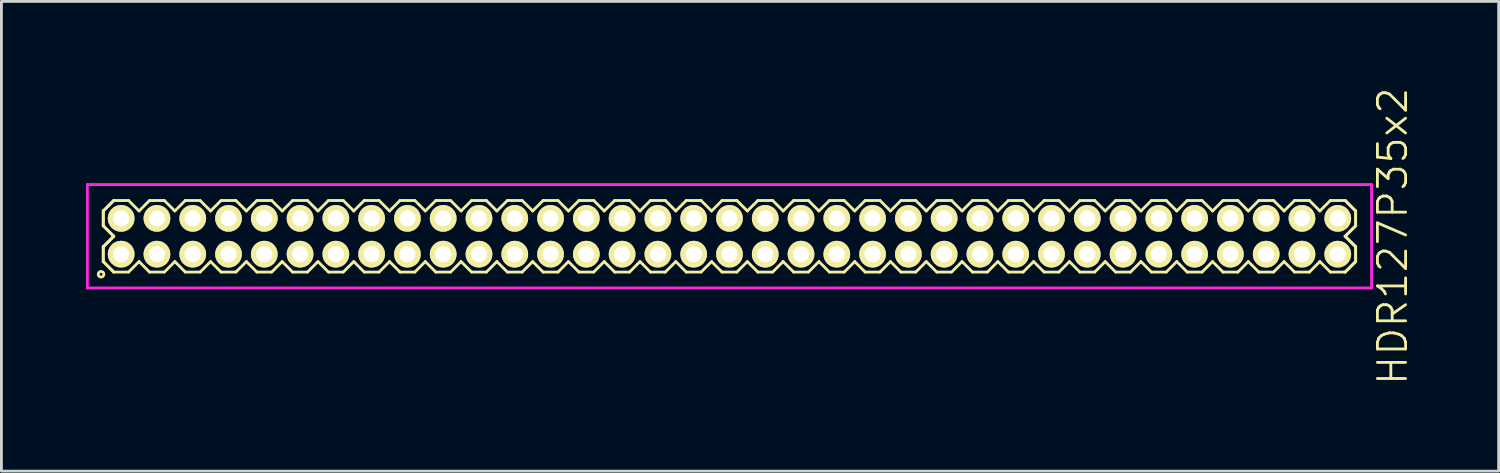
<source format=kicad_pcb>
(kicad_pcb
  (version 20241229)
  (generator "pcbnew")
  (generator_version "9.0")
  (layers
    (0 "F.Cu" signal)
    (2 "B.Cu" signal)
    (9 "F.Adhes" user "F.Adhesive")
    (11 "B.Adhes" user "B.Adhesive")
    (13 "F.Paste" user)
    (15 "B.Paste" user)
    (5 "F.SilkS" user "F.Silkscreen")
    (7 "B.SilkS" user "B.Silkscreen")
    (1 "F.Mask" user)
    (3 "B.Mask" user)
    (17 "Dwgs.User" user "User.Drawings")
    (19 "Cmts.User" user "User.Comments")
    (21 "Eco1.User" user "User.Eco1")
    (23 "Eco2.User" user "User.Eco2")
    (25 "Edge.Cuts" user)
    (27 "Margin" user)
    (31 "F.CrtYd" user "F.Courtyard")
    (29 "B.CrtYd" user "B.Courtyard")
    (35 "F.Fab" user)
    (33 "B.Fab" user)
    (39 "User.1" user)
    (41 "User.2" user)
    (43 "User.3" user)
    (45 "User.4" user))
  (footprint "HDR127P35x2"
    (layer "F.Cu")
    (at 22.84 5.336)
    (property "Reference" "HDR127P35x2" (at 23.54 0 90) (layer "F.SilkS") (effects (font (size 1 1) (thickness 0.1))))
    (attr through_hole)
    (fp_line (start -22.225 -0.898) (end -21.853 -1.27) (stroke (width 0.1) (type solid)) (layer "F.SilkS"))
    (fp_line (start -22.225 -0.898) (end -21.853 -1.27) (stroke (width 0.1) (type solid)) (layer "F.SilkS"))
    (fp_line (start -22.225 -0.372) (end -22.225 -0.898) (stroke (width 0.1) (type solid)) (layer "F.SilkS"))
    (fp_line (start -22.225 -0.372) (end -22.225 -0.898) (stroke (width 0.1) (type solid)) (layer "F.SilkS"))
    (fp_line (start -22.225 0.372) (end -21.853 0) (stroke (width 0.1) (type solid)) (layer "F.SilkS"))
    (fp_line (start -22.225 0.372) (end -21.853 0) (stroke (width 0.1) (type solid)) (layer "F.SilkS"))
    (fp_line (start -22.225 0.898) (end -22.225 0.372) (stroke (width 0.1) (type solid)) (layer "F.SilkS"))
    (fp_line (start -22.225 0.898) (end -22.225 0.372) (stroke (width 0.1) (type solid)) (layer "F.SilkS"))
    (fp_line (start -21.853 -1.27) (end -21.327 -1.27) (stroke (width 0.1) (type solid)) (layer "F.SilkS"))
    (fp_line (start -21.853 0) (end -22.225 -0.372) (stroke (width 0.1) (type solid)) (layer "F.SilkS"))
    (fp_line (start -21.853 0) (end -22.225 -0.372) (stroke (width 0.1) (type solid)) (layer "F.SilkS"))
    (fp_line (start -21.853 1.27) (end -22.225 0.898) (stroke (width 0.1) (type solid)) (layer "F.SilkS"))
    (fp_line (start -21.853 1.27) (end -22.225 0.898) (stroke (width 0.1) (type solid)) (layer "F.SilkS"))
    (fp_line (start -21.327 -1.27) (end -20.955 -0.898) (stroke (width 0.1) (type solid)) (layer "F.SilkS"))
    (fp_line (start -21.327 1.27) (end -21.853 1.27) (stroke (width 0.1) (type solid)) (layer "F.SilkS"))
    (fp_line (start -20.955 -0.898) (end -20.583 -1.27) (stroke (width 0.1) (type solid)) (layer "F.SilkS"))
    (fp_line (start -20.955 0.898) (end -21.327 1.27) (stroke (width 0.1) (type solid)) (layer "F.SilkS"))
    (fp_line (start -20.583 -1.27) (end -20.057 -1.27) (stroke (width 0.1) (type solid)) (layer "F.SilkS"))
    (fp_line (start -20.583 1.27) (end -20.955 0.898) (stroke (width 0.1) (type solid)) (layer "F.SilkS"))
    (fp_line (start -20.057 -1.27) (end -19.685 -0.898) (stroke (width 0.1) (type solid)) (layer "F.SilkS"))
    (fp_line (start -20.057 1.27) (end -20.583 1.27) (stroke (width 0.1) (type solid)) (layer "F.SilkS"))
    (fp_line (start -19.685 -0.898) (end -19.313 -1.27) (stroke (width 0.1) (type solid)) (layer "F.SilkS"))
    (fp_line (start -19.685 0.898) (end -20.057 1.27) (stroke (width 0.1) (type solid)) (layer "F.SilkS"))
    (fp_line (start -19.313 -1.27) (end -18.787 -1.27) (stroke (width 0.1) (type solid)) (layer "F.SilkS"))
    (fp_line (start -19.313 1.27) (end -19.685 0.898) (stroke (width 0.1) (type solid)) (layer "F.SilkS"))
    (fp_line (start -18.787 -1.27) (end -18.415 -0.898) (stroke (width 0.1) (type solid)) (layer "F.SilkS"))
    (fp_line (start -18.787 1.27) (end -19.313 1.27) (stroke (width 0.1) (type solid)) (layer "F.SilkS"))
    (fp_line (start -18.415 -0.898) (end -18.043 -1.27) (stroke (width 0.1) (type solid)) (layer "F.SilkS"))
    (fp_line (start -18.415 0.898) (end -18.787 1.27) (stroke (width 0.1) (type solid)) (layer "F.SilkS"))
    (fp_line (start -18.043 -1.27) (end -17.517 -1.27) (stroke (width 0.1) (type solid)) (layer "F.SilkS"))
    (fp_line (start -18.043 1.27) (end -18.415 0.898) (stroke (width 0.1) (type solid)) (layer "F.SilkS"))
    (fp_line (start -17.517 -1.27) (end -17.145 -0.898) (stroke (width 0.1) (type solid)) (layer "F.SilkS"))
    (fp_line (start -17.517 1.27) (end -18.043 1.27) (stroke (width 0.1) (type solid)) (layer "F.SilkS"))
    (fp_line (start -17.145 -0.898) (end -16.773 -1.27) (stroke (width 0.1) (type solid)) (layer "F.SilkS"))
    (fp_line (start -17.145 0.898) (end -17.517 1.27) (stroke (width 0.1) (type solid)) (layer "F.SilkS"))
    (fp_line (start -16.773 -1.27) (end -16.247 -1.27) (stroke (width 0.1) (type solid)) (layer "F.SilkS"))
    (fp_line (start -16.773 1.27) (end -17.145 0.898) (stroke (width 0.1) (type solid)) (layer "F.SilkS"))
    (fp_line (start -16.247 -1.27) (end -15.875 -0.898) (stroke (width 0.1) (type solid)) (layer "F.SilkS"))
    (fp_line (start -16.247 1.27) (end -16.773 1.27) (stroke (width 0.1) (type solid)) (layer "F.SilkS"))
    (fp_line (start -15.875 -0.898) (end -15.503 -1.27) (stroke (width 0.1) (type solid)) (layer "F.SilkS"))
    (fp_line (start -15.875 0.898) (end -16.247 1.27) (stroke (width 0.1) (type solid)) (layer "F.SilkS"))
    (fp_line (start -15.503 -1.27) (end -14.977 -1.27) (stroke (width 0.1) (type solid)) (layer "F.SilkS"))
    (fp_line (start -15.503 1.27) (end -15.875 0.898) (stroke (width 0.1) (type solid)) (layer "F.SilkS"))
    (fp_line (start -14.977 -1.27) (end -14.605 -0.898) (stroke (width 0.1) (type solid)) (layer "F.SilkS"))
    (fp_line (start -14.977 1.27) (end -15.503 1.27) (stroke (width 0.1) (type solid)) (layer "F.SilkS"))
    (fp_line (start -14.605 -0.898) (end -14.233 -1.27) (stroke (width 0.1) (type solid)) (layer "F.SilkS"))
    (fp_line (start -14.605 0.898) (end -14.977 1.27) (stroke (width 0.1) (type solid)) (layer "F.SilkS"))
    (fp_line (start -14.233 -1.27) (end -13.707 -1.27) (stroke (width 0.1) (type solid)) (layer "F.SilkS"))
    (fp_line (start -14.233 1.27) (end -14.605 0.898) (stroke (width 0.1) (type solid)) (layer "F.SilkS"))
    (fp_line (start -13.707 -1.27) (end -13.335 -0.898) (stroke (width 0.1) (type solid)) (layer "F.SilkS"))
    (fp_line (start -13.707 1.27) (end -14.233 1.27) (stroke (width 0.1) (type solid)) (layer "F.SilkS"))
    (fp_line (start -13.335 -0.898) (end -12.963 -1.27) (stroke (width 0.1) (type solid)) (layer "F.SilkS"))
    (fp_line (start -13.335 0.898) (end -13.707 1.27) (stroke (width 0.1) (type solid)) (layer "F.SilkS"))
    (fp_line (start -12.963 -1.27) (end -12.437 -1.27) (stroke (width 0.1) (type solid)) (layer "F.SilkS"))
    (fp_line (start -12.963 1.27) (end -13.335 0.898) (stroke (width 0.1) (type solid)) (layer "F.SilkS"))
    (fp_line (start -12.437 -1.27) (end -12.065 -0.898) (stroke (width 0.1) (type solid)) (layer "F.SilkS"))
    (fp_line (start -12.437 1.27) (end -12.963 1.27) (stroke (width 0.1) (type solid)) (layer "F.SilkS"))
    (fp_line (start -12.065 -0.898) (end -11.693 -1.27) (stroke (width 0.1) (type solid)) (layer "F.SilkS"))
    (fp_line (start -12.065 0.898) (end -12.437 1.27) (stroke (width 0.1) (type solid)) (layer "F.SilkS"))
    (fp_line (start -11.693 -1.27) (end -11.167 -1.27) (stroke (width 0.1) (type solid)) (layer "F.SilkS"))
    (fp_line (start -11.693 1.27) (end -12.065 0.898) (stroke (width 0.1) (type solid)) (layer "F.SilkS"))
    (fp_line (start -11.167 -1.27) (end -10.795 -0.898) (stroke (width 0.1) (type solid)) (layer "F.SilkS"))
    (fp_line (start -11.167 1.27) (end -11.693 1.27) (stroke (width 0.1) (type solid)) (layer "F.SilkS"))
    (fp_line (start -10.795 -0.898) (end -10.423 -1.27) (stroke (width 0.1) (type solid)) (layer "F.SilkS"))
    (fp_line (start -10.795 0.898) (end -11.167 1.27) (stroke (width 0.1) (type solid)) (layer "F.SilkS"))
    (fp_line (start -10.423 -1.27) (end -9.897 -1.27) (stroke (width 0.1) (type solid)) (layer "F.SilkS"))
    (fp_line (start -10.423 1.27) (end -10.795 0.898) (stroke (width 0.1) (type solid)) (layer "F.SilkS"))
    (fp_line (start -9.897 -1.27) (end -9.525 -0.898) (stroke (width 0.1) (type solid)) (layer "F.SilkS"))
    (fp_line (start -9.897 1.27) (end -10.423 1.27) (stroke (width 0.1) (type solid)) (layer "F.SilkS"))
    (fp_line (start -9.525 -0.898) (end -9.153 -1.27) (stroke (width 0.1) (type solid)) (layer "F.SilkS"))
    (fp_line (start -9.525 0.898) (end -9.897 1.27) (stroke (width 0.1) (type solid)) (layer "F.SilkS"))
    (fp_line (start -9.153 -1.27) (end -8.627 -1.27) (stroke (width 0.1) (type solid)) (layer "F.SilkS"))
    (fp_line (start -9.153 1.27) (end -9.525 0.898) (stroke (width 0.1) (type solid)) (layer "F.SilkS"))
    (fp_line (start -8.627 -1.27) (end -8.255 -0.898) (stroke (width 0.1) (type solid)) (layer "F.SilkS"))
    (fp_line (start -8.627 1.27) (end -9.153 1.27) (stroke (width 0.1) (type solid)) (layer "F.SilkS"))
    (fp_line (start -8.255 -0.898) (end -7.883 -1.27) (stroke (width 0.1) (type solid)) (layer "F.SilkS"))
    (fp_line (start -8.255 0.898) (end -8.627 1.27) (stroke (width 0.1) (type solid)) (layer "F.SilkS"))
    (fp_line (start -7.883 -1.27) (end -7.357 -1.27) (stroke (width 0.1) (type solid)) (layer "F.SilkS"))
    (fp_line (start -7.883 1.27) (end -8.255 0.898) (stroke (width 0.1) (type solid)) (layer "F.SilkS"))
    (fp_line (start -7.357 -1.27) (end -6.985 -0.898) (stroke (width 0.1) (type solid)) (layer "F.SilkS"))
    (fp_line (start -7.357 1.27) (end -7.883 1.27) (stroke (width 0.1) (type solid)) (layer "F.SilkS"))
    (fp_line (start -6.985 -0.898) (end -6.613 -1.27) (stroke (width 0.1) (type solid)) (layer "F.SilkS"))
    (fp_line (start -6.985 0.898) (end -7.357 1.27) (stroke (width 0.1) (type solid)) (layer "F.SilkS"))
    (fp_line (start -6.613 -1.27) (end -6.087 -1.27) (stroke (width 0.1) (type solid)) (layer "F.SilkS"))
    (fp_line (start -6.613 1.27) (end -6.985 0.898) (stroke (width 0.1) (type solid)) (layer "F.SilkS"))
    (fp_line (start -6.087 -1.27) (end -5.715 -0.898) (stroke (width 0.1) (type solid)) (layer "F.SilkS"))
    (fp_line (start -6.087 1.27) (end -6.613 1.27) (stroke (width 0.1) (type solid)) (layer "F.SilkS"))
    (fp_line (start -5.715 -0.898) (end -5.343 -1.27) (stroke (width 0.1) (type solid)) (layer "F.SilkS"))
    (fp_line (start -5.715 0.898) (end -6.087 1.27) (stroke (width 0.1) (type solid)) (layer "F.SilkS"))
    (fp_line (start -5.343 -1.27) (end -4.817 -1.27) (stroke (width 0.1) (type solid)) (layer "F.SilkS"))
    (fp_line (start -5.343 1.27) (end -5.715 0.898) (stroke (width 0.1) (type solid)) (layer "F.SilkS"))
    (fp_line (start -4.817 -1.27) (end -4.445 -0.898) (stroke (width 0.1) (type solid)) (layer "F.SilkS"))
    (fp_line (start -4.817 1.27) (end -5.343 1.27) (stroke (width 0.1) (type solid)) (layer "F.SilkS"))
    (fp_line (start -4.445 -0.898) (end -4.073 -1.27) (stroke (width 0.1) (type solid)) (layer "F.SilkS"))
    (fp_line (start -4.445 0.898) (end -4.817 1.27) (stroke (width 0.1) (type solid)) (layer "F.SilkS"))
    (fp_line (start -4.073 -1.27) (end -3.547 -1.27) (stroke (width 0.1) (type solid)) (layer "F.SilkS"))
    (fp_line (start -4.073 1.27) (end -4.445 0.898) (stroke (width 0.1) (type solid)) (layer "F.SilkS"))
    (fp_line (start -3.547 -1.27) (end -3.175 -0.898) (stroke (width 0.1) (type solid)) (layer "F.SilkS"))
    (fp_line (start -3.547 1.27) (end -4.073 1.27) (stroke (width 0.1) (type solid)) (layer "F.SilkS"))
    (fp_line (start -3.175 -0.898) (end -2.803 -1.27) (stroke (width 0.1) (type solid)) (layer "F.SilkS"))
    (fp_line (start -3.175 0.898) (end -3.547 1.27) (stroke (width 0.1) (type solid)) (layer "F.SilkS"))
    (fp_line (start -2.803 -1.27) (end -2.277 -1.27) (stroke (width 0.1) (type solid)) (layer "F.SilkS"))
    (fp_line (start -2.803 1.27) (end -3.175 0.898) (stroke (width 0.1) (type solid)) (layer "F.SilkS"))
    (fp_line (start -2.277 -1.27) (end -1.905 -0.898) (stroke (width 0.1) (type solid)) (layer "F.SilkS"))
    (fp_line (start -2.277 1.27) (end -2.803 1.27) (stroke (width 0.1) (type solid)) (layer "F.SilkS"))
    (fp_line (start -1.905 -0.898) (end -1.533 -1.27) (stroke (width 0.1) (type solid)) (layer "F.SilkS"))
    (fp_line (start -1.905 0.898) (end -2.277 1.27) (stroke (width 0.1) (type solid)) (layer "F.SilkS"))
    (fp_line (start -1.533 -1.27) (end -1.007 -1.27) (stroke (width 0.1) (type solid)) (layer "F.SilkS"))
    (fp_line (start -1.533 1.27) (end -1.905 0.898) (stroke (width 0.1) (type solid)) (layer "F.SilkS"))
    (fp_line (start -1.007 -1.27) (end -0.635 -0.898) (stroke (width 0.1) (type solid)) (layer "F.SilkS"))
    (fp_line (start -1.007 1.27) (end -1.533 1.27) (stroke (width 0.1) (type solid)) (layer "F.SilkS"))
    (fp_line (start -0.635 -0.898) (end -0.263 -1.27) (stroke (width 0.1) (type solid)) (layer "F.SilkS"))
    (fp_line (start -0.635 0.898) (end -1.007 1.27) (stroke (width 0.1) (type solid)) (layer "F.SilkS"))
    (fp_line (start -0.263 -1.27) (end 0.263 -1.27) (stroke (width 0.1) (type solid)) (layer "F.SilkS"))
    (fp_line (start -0.263 1.27) (end -0.635 0.898) (stroke (width 0.1) (type solid)) (layer "F.SilkS"))
    (fp_line (start 0.263 -1.27) (end 0.635 -0.898) (stroke (width 0.1) (type solid)) (layer "F.SilkS"))
    (fp_line (start 0.263 1.27) (end -0.263 1.27) (stroke (width 0.1) (type solid)) (layer "F.SilkS"))
    (fp_line (start 0.635 -0.898) (end 1.007 -1.27) (stroke (width 0.1) (type solid)) (layer "F.SilkS"))
    (fp_line (start 0.635 0.898) (end 0.263 1.27) (stroke (width 0.1) (type solid)) (layer "F.SilkS"))
    (fp_line (start 1.007 -1.27) (end 1.533 -1.27) (stroke (width 0.1) (type solid)) (layer "F.SilkS"))
    (fp_line (start 1.007 1.27) (end 0.635 0.898) (stroke (width 0.1) (type solid)) (layer "F.SilkS"))
    (fp_line (start 1.533 -1.27) (end 1.905 -0.898) (stroke (width 0.1) (type solid)) (layer "F.SilkS"))
    (fp_line (start 1.533 1.27) (end 1.007 1.27) (stroke (width 0.1) (type solid)) (layer "F.SilkS"))
    (fp_line (start 1.905 -0.898) (end 2.277 -1.27) (stroke (width 0.1) (type solid)) (layer "F.SilkS"))
    (fp_line (start 1.905 0.898) (end 1.533 1.27) (stroke (width 0.1) (type solid)) (layer "F.SilkS"))
    (fp_line (start 2.277 -1.27) (end 2.803 -1.27) (stroke (width 0.1) (type solid)) (layer "F.SilkS"))
    (fp_line (start 2.277 1.27) (end 1.905 0.898) (stroke (width 0.1) (type solid)) (layer "F.SilkS"))
    (fp_line (start 2.803 -1.27) (end 3.175 -0.898) (stroke (width 0.1) (type solid)) (layer "F.SilkS"))
    (fp_line (start 2.803 1.27) (end 2.277 1.27) (stroke (width 0.1) (type solid)) (layer "F.SilkS"))
    (fp_line (start 3.175 -0.898) (end 3.547 -1.27) (stroke (width 0.1) (type solid)) (layer "F.SilkS"))
    (fp_line (start 3.175 0.898) (end 2.803 1.27) (stroke (width 0.1) (type solid)) (layer "F.SilkS"))
    (fp_line (start 3.547 -1.27) (end 4.073 -1.27) (stroke (width 0.1) (type solid)) (layer "F.SilkS"))
    (fp_line (start 3.547 1.27) (end 3.175 0.898) (stroke (width 0.1) (type solid)) (layer "F.SilkS"))
    (fp_line (start 4.073 -1.27) (end 4.445 -0.898) (stroke (width 0.1) (type solid)) (layer "F.SilkS"))
    (fp_line (start 4.073 1.27) (end 3.547 1.27) (stroke (width 0.1) (type solid)) (layer "F.SilkS"))
    (fp_line (start 4.445 -0.898) (end 4.817 -1.27) (stroke (width 0.1) (type solid)) (layer "F.SilkS"))
    (fp_line (start 4.445 0.898) (end 4.073 1.27) (stroke (width 0.1) (type solid)) (layer "F.SilkS"))
    (fp_line (start 4.817 -1.27) (end 5.343 -1.27) (stroke (width 0.1) (type solid)) (layer "F.SilkS"))
    (fp_line (start 4.817 1.27) (end 4.445 0.898) (stroke (width 0.1) (type solid)) (layer "F.SilkS"))
    (fp_line (start 5.343 -1.27) (end 5.715 -0.898) (stroke (width 0.1) (type solid)) (layer "F.SilkS"))
    (fp_line (start 5.343 1.27) (end 4.817 1.27) (stroke (width 0.1) (type solid)) (layer "F.SilkS"))
    (fp_line (start 5.715 -0.898) (end 6.087 -1.27) (stroke (width 0.1) (type solid)) (layer "F.SilkS"))
    (fp_line (start 5.715 0.898) (end 5.343 1.27) (stroke (width 0.1) (type solid)) (layer "F.SilkS"))
    (fp_line (start 6.087 -1.27) (end 6.613 -1.27) (stroke (width 0.1) (type solid)) (layer "F.SilkS"))
    (fp_line (start 6.087 1.27) (end 5.715 0.898) (stroke (width 0.1) (type solid)) (layer "F.SilkS"))
    (fp_line (start 6.613 -1.27) (end 6.985 -0.898) (stroke (width 0.1) (type solid)) (layer "F.SilkS"))
    (fp_line (start 6.613 1.27) (end 6.087 1.27) (stroke (width 0.1) (type solid)) (layer "F.SilkS"))
    (fp_line (start 6.985 -0.898) (end 7.357 -1.27) (stroke (width 0.1) (type solid)) (layer "F.SilkS"))
    (fp_line (start 6.985 0.898) (end 6.613 1.27) (stroke (width 0.1) (type solid)) (layer "F.SilkS"))
    (fp_line (start 7.357 -1.27) (end 7.883 -1.27) (stroke (width 0.1) (type solid)) (layer "F.SilkS"))
    (fp_line (start 7.357 1.27) (end 6.985 0.898) (stroke (width 0.1) (type solid)) (layer "F.SilkS"))
    (fp_line (start 7.883 -1.27) (end 8.255 -0.898) (stroke (width 0.1) (type solid)) (layer "F.SilkS"))
    (fp_line (start 7.883 1.27) (end 7.357 1.27) (stroke (width 0.1) (type solid)) (layer "F.SilkS"))
    (fp_line (start 8.255 -0.898) (end 8.627 -1.27) (stroke (width 0.1) (type solid)) (layer "F.SilkS"))
    (fp_line (start 8.255 0.898) (end 7.883 1.27) (stroke (width 0.1) (type solid)) (layer "F.SilkS"))
    (fp_line (start 8.627 -1.27) (end 9.153 -1.27) (stroke (width 0.1) (type solid)) (layer "F.SilkS"))
    (fp_line (start 8.627 1.27) (end 8.255 0.898) (stroke (width 0.1) (type solid)) (layer "F.SilkS"))
    (fp_line (start 9.153 -1.27) (end 9.525 -0.898) (stroke (width 0.1) (type solid)) (layer "F.SilkS"))
    (fp_line (start 9.153 1.27) (end 8.627 1.27) (stroke (width 0.1) (type solid)) (layer "F.SilkS"))
    (fp_line (start 9.525 -0.898) (end 9.897 -1.27) (stroke (width 0.1) (type solid)) (layer "F.SilkS"))
    (fp_line (start 9.525 0.898) (end 9.153 1.27) (stroke (width 0.1) (type solid)) (layer "F.SilkS"))
    (fp_line (start 9.897 -1.27) (end 10.423 -1.27) (stroke (width 0.1) (type solid)) (layer "F.SilkS"))
    (fp_line (start 9.897 1.27) (end 9.525 0.898) (stroke (width 0.1) (type solid)) (layer "F.SilkS"))
    (fp_line (start 10.423 -1.27) (end 10.795 -0.898) (stroke (width 0.1) (type solid)) (layer "F.SilkS"))
    (fp_line (start 10.423 1.27) (end 9.897 1.27) (stroke (width 0.1) (type solid)) (layer "F.SilkS"))
    (fp_line (start 10.795 -0.898) (end 11.167 -1.27) (stroke (width 0.1) (type solid)) (layer "F.SilkS"))
    (fp_line (start 10.795 0.898) (end 10.423 1.27) (stroke (width 0.1) (type solid)) (layer "F.SilkS"))
    (fp_line (start 11.167 -1.27) (end 11.693 -1.27) (stroke (width 0.1) (type solid)) (layer "F.SilkS"))
    (fp_line (start 11.167 1.27) (end 10.795 0.898) (stroke (width 0.1) (type solid)) (layer "F.SilkS"))
    (fp_line (start 11.693 -1.27) (end 12.065 -0.898) (stroke (width 0.1) (type solid)) (layer "F.SilkS"))
    (fp_line (start 11.693 1.27) (end 11.167 1.27) (stroke (width 0.1) (type solid)) (layer "F.SilkS"))
    (fp_line (start 12.065 -0.898) (end 12.437 -1.27) (stroke (width 0.1) (type solid)) (layer "F.SilkS"))
    (fp_line (start 12.065 0.898) (end 11.693 1.27) (stroke (width 0.1) (type solid)) (layer "F.SilkS"))
    (fp_line (start 12.437 -1.27) (end 12.963 -1.27) (stroke (width 0.1) (type solid)) (layer "F.SilkS"))
    (fp_line (start 12.437 1.27) (end 12.065 0.898) (stroke (width 0.1) (type solid)) (layer "F.SilkS"))
    (fp_line (start 12.963 -1.27) (end 13.335 -0.898) (stroke (width 0.1) (type solid)) (layer "F.SilkS"))
    (fp_line (start 12.963 1.27) (end 12.437 1.27) (stroke (width 0.1) (type solid)) (layer "F.SilkS"))
    (fp_line (start 13.335 -0.898) (end 13.707 -1.27) (stroke (width 0.1) (type solid)) (layer "F.SilkS"))
    (fp_line (start 13.335 0.898) (end 12.963 1.27) (stroke (width 0.1) (type solid)) (layer "F.SilkS"))
    (fp_line (start 13.707 -1.27) (end 14.233 -1.27) (stroke (width 0.1) (type solid)) (layer "F.SilkS"))
    (fp_line (start 13.707 1.27) (end 13.335 0.898) (stroke (width 0.1) (type solid)) (layer "F.SilkS"))
    (fp_line (start 14.233 -1.27) (end 14.605 -0.898) (stroke (width 0.1) (type solid)) (layer "F.SilkS"))
    (fp_line (start 14.233 1.27) (end 13.707 1.27) (stroke (width 0.1) (type solid)) (layer "F.SilkS"))
    (fp_line (start 14.605 -0.898) (end 14.977 -1.27) (stroke (width 0.1) (type solid)) (layer "F.SilkS"))
    (fp_line (start 14.605 0.898) (end 14.233 1.27) (stroke (width 0.1) (type solid)) (layer "F.SilkS"))
    (fp_line (start 14.977 -1.27) (end 15.503 -1.27) (stroke (width 0.1) (type solid)) (layer "F.SilkS"))
    (fp_line (start 14.977 1.27) (end 14.605 0.898) (stroke (width 0.1) (type solid)) (layer "F.SilkS"))
    (fp_line (start 15.503 -1.27) (end 15.875 -0.898) (stroke (width 0.1) (type solid)) (layer "F.SilkS"))
    (fp_line (start 15.503 1.27) (end 14.977 1.27) (stroke (width 0.1) (type solid)) (layer "F.SilkS"))
    (fp_line (start 15.875 -0.898) (end 16.247 -1.27) (stroke (width 0.1) (type solid)) (layer "F.SilkS"))
    (fp_line (start 15.875 0.898) (end 15.503 1.27) (stroke (width 0.1) (type solid)) (layer "F.SilkS"))
    (fp_line (start 16.247 -1.27) (end 16.773 -1.27) (stroke (width 0.1) (type solid)) (layer "F.SilkS"))
    (fp_line (start 16.247 1.27) (end 15.875 0.898) (stroke (width 0.1) (type solid)) (layer "F.SilkS"))
    (fp_line (start 16.773 -1.27) (end 17.145 -0.898) (stroke (width 0.1) (type solid)) (layer "F.SilkS"))
    (fp_line (start 16.773 1.27) (end 16.247 1.27) (stroke (width 0.1) (type solid)) (layer "F.SilkS"))
    (fp_line (start 17.145 -0.898) (end 17.517 -1.27) (stroke (width 0.1) (type solid)) (layer "F.SilkS"))
    (fp_line (start 17.145 0.898) (end 16.773 1.27) (stroke (width 0.1) (type solid)) (layer "F.SilkS"))
    (fp_line (start 17.517 -1.27) (end 18.043 -1.27) (stroke (width 0.1) (type solid)) (layer "F.SilkS"))
    (fp_line (start 17.517 1.27) (end 17.145 0.898) (stroke (width 0.1) (type solid)) (layer "F.SilkS"))
    (fp_line (start 18.043 -1.27) (end 18.415 -0.898) (stroke (width 0.1) (type solid)) (layer "F.SilkS"))
    (fp_line (start 18.043 1.27) (end 17.517 1.27) (stroke (width 0.1) (type solid)) (layer "F.SilkS"))
    (fp_line (start 18.415 -0.898) (end 18.787 -1.27) (stroke (width 0.1) (type solid)) (layer "F.SilkS"))
    (fp_line (start 18.415 0.898) (end 18.043 1.27) (stroke (width 0.1) (type solid)) (layer "F.SilkS"))
    (fp_line (start 18.787 -1.27) (end 19.313 -1.27) (stroke (width 0.1) (type solid)) (layer "F.SilkS"))
    (fp_line (start 18.787 1.27) (end 18.415 0.898) (stroke (width 0.1) (type solid)) (layer "F.SilkS"))
    (fp_line (start 19.313 -1.27) (end 19.685 -0.898) (stroke (width 0.1) (type solid)) (layer "F.SilkS"))
    (fp_line (start 19.313 1.27) (end 18.787 1.27) (stroke (width 0.1) (type solid)) (layer "F.SilkS"))
    (fp_line (start 19.685 -0.898) (end 20.057 -1.27) (stroke (width 0.1) (type solid)) (layer "F.SilkS"))
    (fp_line (start 19.685 0.898) (end 19.313 1.27) (stroke (width 0.1) (type solid)) (layer "F.SilkS"))
    (fp_line (start 20.057 -1.27) (end 20.583 -1.27) (stroke (width 0.1) (type solid)) (layer "F.SilkS"))
    (fp_line (start 20.057 1.27) (end 19.685 0.898) (stroke (width 0.1) (type solid)) (layer "F.SilkS"))
    (fp_line (start 20.583 -1.27) (end 20.955 -0.898) (stroke (width 0.1) (type solid)) (layer "F.SilkS"))
    (fp_line (start 20.583 1.27) (end 20.057 1.27) (stroke (width 0.1) (type solid)) (layer "F.SilkS"))
    (fp_line (start 20.955 -0.898) (end 21.327 -1.27) (stroke (width 0.1) (type solid)) (layer "F.SilkS"))
    (fp_line (start 20.955 0.898) (end 20.583 1.27) (stroke (width 0.1) (type solid)) (layer "F.SilkS"))
    (fp_line (start 21.327 -1.27) (end 21.853 -1.27) (stroke (width 0.1) (type solid)) (layer "F.SilkS"))
    (fp_line (start 21.327 1.27) (end 20.955 0.898) (stroke (width 0.1) (type solid)) (layer "F.SilkS"))
    (fp_line (start 21.853 -1.27) (end 22.225 -0.898) (stroke (width 0.1) (type solid)) (layer "F.SilkS"))
    (fp_line (start 21.853 -1.27) (end 22.225 -0.898) (stroke (width 0.1) (type solid)) (layer "F.SilkS"))
    (fp_line (start 21.853 0) (end 22.225 0.372) (stroke (width 0.1) (type solid)) (layer "F.SilkS"))
    (fp_line (start 21.853 0) (end 22.225 0.372) (stroke (width 0.1) (type solid)) (layer "F.SilkS"))
    (fp_line (start 21.853 1.27) (end 21.327 1.27) (stroke (width 0.1) (type solid)) (layer "F.SilkS"))
    (fp_line (start 22.225 -0.898) (end 22.225 -0.372) (stroke (width 0.1) (type solid)) (layer "F.SilkS"))
    (fp_line (start 22.225 -0.898) (end 22.225 -0.372) (stroke (width 0.1) (type solid)) (layer "F.SilkS"))
    (fp_line (start 22.225 -0.372) (end 21.853 0) (stroke (width 0.1) (type solid)) (layer "F.SilkS"))
    (fp_line (start 22.225 -0.372) (end 21.853 0) (stroke (width 0.1) (type solid)) (layer "F.SilkS"))
    (fp_line (start 22.225 0.372) (end 22.225 0.898) (stroke (width 0.1) (type solid)) (layer "F.SilkS"))
    (fp_line (start 22.225 0.372) (end 22.225 0.898) (stroke (width 0.1) (type solid)) (layer "F.SilkS"))
    (fp_line (start 22.225 0.898) (end 21.853 1.27) (stroke (width 0.1) (type solid)) (layer "F.SilkS"))
    (fp_line (start 22.225 0.898) (end 21.853 1.27) (stroke (width 0.1) (type solid)) (layer "F.SilkS"))
    (fp_circle (center -22.303 1.348) (end -22.203 1.348) (stroke (width 0.1) (type solid)) (fill no) (layer "F.SilkS"))
    (fp_line (start -22.79 -1.835) (end -22.79 1.835) (stroke (width 0.1) (type solid)) (layer "F.CrtYd"))
    (fp_line (start -22.79 1.835) (end 22.79 1.835) (stroke (width 0.1) (type solid)) (layer "F.CrtYd"))
    (fp_line (start 22.79 -1.835) (end -22.79 -1.835) (stroke (width 0.1) (type solid)) (layer "F.CrtYd"))
    (fp_line (start 22.79 1.835) (end 22.79 -1.835) (stroke (width 0.1) (type solid)) (layer "F.CrtYd"))
    (pad "1" thru_hole oval (at -21.59 0.635) (size 0.95 0.95) (drill 0.57) (layers "*.Cu" "*.Mask" "F.SilkS"))
    (pad "2" thru_hole oval (at -21.59 -0.635) (size 0.95 0.95) (drill 0.57) (layers "*.Cu" "*.Mask" "F.SilkS"))
    (pad "3" thru_hole oval (at -20.32 0.635) (size 0.95 0.95) (drill 0.57) (layers "*.Cu" "*.Mask" "F.SilkS"))
    (pad "4" thru_hole oval (at -20.32 -0.635) (size 0.95 0.95) (drill 0.57) (layers "*.Cu" "*.Mask" "F.SilkS"))
    (pad "5" thru_hole oval (at -19.05 0.635) (size 0.95 0.95) (drill 0.57) (layers "*.Cu" "*.Mask" "F.SilkS"))
    (pad "6" thru_hole oval (at -19.05 -0.635) (size 0.95 0.95) (drill 0.57) (layers "*.Cu" "*.Mask" "F.SilkS"))
    (pad "7" thru_hole oval (at -17.78 0.635) (size 0.95 0.95) (drill 0.57) (layers "*.Cu" "*.Mask" "F.SilkS"))
    (pad "8" thru_hole oval (at -17.78 -0.635) (size 0.95 0.95) (drill 0.57) (layers "*.Cu" "*.Mask" "F.SilkS"))
    (pad "9" thru_hole oval (at -16.51 0.635) (size 0.95 0.95) (drill 0.57) (layers "*.Cu" "*.Mask" "F.SilkS"))
    (pad "10" thru_hole oval (at -16.51 -0.635) (size 0.95 0.95) (drill 0.57) (layers "*.Cu" "*.Mask" "F.SilkS"))
    (pad "11" thru_hole oval (at -15.24 0.635) (size 0.95 0.95) (drill 0.57) (layers "*.Cu" "*.Mask" "F.SilkS"))
    (pad "12" thru_hole oval (at -15.24 -0.635) (size 0.95 0.95) (drill 0.57) (layers "*.Cu" "*.Mask" "F.SilkS"))
    (pad "13" thru_hole oval (at -13.97 0.635) (size 0.95 0.95) (drill 0.57) (layers "*.Cu" "*.Mask" "F.SilkS"))
    (pad "14" thru_hole oval (at -13.97 -0.635) (size 0.95 0.95) (drill 0.57) (layers "*.Cu" "*.Mask" "F.SilkS"))
    (pad "15" thru_hole oval (at -12.7 0.635) (size 0.95 0.95) (drill 0.57) (layers "*.Cu" "*.Mask" "F.SilkS"))
    (pad "16" thru_hole oval (at -12.7 -0.635) (size 0.95 0.95) (drill 0.57) (layers "*.Cu" "*.Mask" "F.SilkS"))
    (pad "17" thru_hole oval (at -11.43 0.635) (size 0.95 0.95) (drill 0.57) (layers "*.Cu" "*.Mask" "F.SilkS"))
    (pad "18" thru_hole oval (at -11.43 -0.635) (size 0.95 0.95) (drill 0.57) (layers "*.Cu" "*.Mask" "F.SilkS"))
    (pad "19" thru_hole oval (at -10.16 0.635) (size 0.95 0.95) (drill 0.57) (layers "*.Cu" "*.Mask" "F.SilkS"))
    (pad "20" thru_hole oval (at -10.16 -0.635) (size 0.95 0.95) (drill 0.57) (layers "*.Cu" "*.Mask" "F.SilkS"))
    (pad "21" thru_hole oval (at -8.89 0.635) (size 0.95 0.95) (drill 0.57) (layers "*.Cu" "*.Mask" "F.SilkS"))
    (pad "22" thru_hole oval (at -8.89 -0.635) (size 0.95 0.95) (drill 0.57) (layers "*.Cu" "*.Mask" "F.SilkS"))
    (pad "23" thru_hole oval (at -7.62 0.635) (size 0.95 0.95) (drill 0.57) (layers "*.Cu" "*.Mask" "F.SilkS"))
    (pad "24" thru_hole oval (at -7.62 -0.635) (size 0.95 0.95) (drill 0.57) (layers "*.Cu" "*.Mask" "F.SilkS"))
    (pad "25" thru_hole oval (at -6.35 0.635) (size 0.95 0.95) (drill 0.57) (layers "*.Cu" "*.Mask" "F.SilkS"))
    (pad "26" thru_hole oval (at -6.35 -0.635) (size 0.95 0.95) (drill 0.57) (layers "*.Cu" "*.Mask" "F.SilkS"))
    (pad "27" thru_hole oval (at -5.08 0.635) (size 0.95 0.95) (drill 0.57) (layers "*.Cu" "*.Mask" "F.SilkS"))
    (pad "28" thru_hole oval (at -5.08 -0.635) (size 0.95 0.95) (drill 0.57) (layers "*.Cu" "*.Mask" "F.SilkS"))
    (pad "29" thru_hole oval (at -3.81 0.635) (size 0.95 0.95) (drill 0.57) (layers "*.Cu" "*.Mask" "F.SilkS"))
    (pad "30" thru_hole oval (at -3.81 -0.635) (size 0.95 0.95) (drill 0.57) (layers "*.Cu" "*.Mask" "F.SilkS"))
    (pad "31" thru_hole oval (at -2.54 0.635) (size 0.95 0.95) (drill 0.57) (layers "*.Cu" "*.Mask" "F.SilkS"))
    (pad "32" thru_hole oval (at -2.54 -0.635) (size 0.95 0.95) (drill 0.57) (layers "*.Cu" "*.Mask" "F.SilkS"))
    (pad "33" thru_hole oval (at -1.27 0.635) (size 0.95 0.95) (drill 0.57) (layers "*.Cu" "*.Mask" "F.SilkS"))
    (pad "34" thru_hole oval (at -1.27 -0.635) (size 0.95 0.95) (drill 0.57) (layers "*.Cu" "*.Mask" "F.SilkS"))
    (pad "35" thru_hole oval (at 0 0.635) (size 0.95 0.95) (drill 0.57) (layers "*.Cu" "*.Mask" "F.SilkS"))
    (pad "36" thru_hole oval (at 0 -0.635) (size 0.95 0.95) (drill 0.57) (layers "*.Cu" "*.Mask" "F.SilkS"))
    (pad "37" thru_hole oval (at 1.27 0.635) (size 0.95 0.95) (drill 0.57) (layers "*.Cu" "*.Mask" "F.SilkS"))
    (pad "38" thru_hole oval (at 1.27 -0.635) (size 0.95 0.95) (drill 0.57) (layers "*.Cu" "*.Mask" "F.SilkS"))
    (pad "39" thru_hole oval (at 2.54 0.635) (size 0.95 0.95) (drill 0.57) (layers "*.Cu" "*.Mask" "F.SilkS"))
    (pad "40" thru_hole oval (at 2.54 -0.635) (size 0.95 0.95) (drill 0.57) (layers "*.Cu" "*.Mask" "F.SilkS"))
    (pad "41" thru_hole oval (at 3.81 0.635) (size 0.95 0.95) (drill 0.57) (layers "*.Cu" "*.Mask" "F.SilkS"))
    (pad "42" thru_hole oval (at 3.81 -0.635) (size 0.95 0.95) (drill 0.57) (layers "*.Cu" "*.Mask" "F.SilkS"))
    (pad "43" thru_hole oval (at 5.08 0.635) (size 0.95 0.95) (drill 0.57) (layers "*.Cu" "*.Mask" "F.SilkS"))
    (pad "44" thru_hole oval (at 5.08 -0.635) (size 0.95 0.95) (drill 0.57) (layers "*.Cu" "*.Mask" "F.SilkS"))
    (pad "45" thru_hole oval (at 6.35 0.635) (size 0.95 0.95) (drill 0.57) (layers "*.Cu" "*.Mask" "F.SilkS"))
    (pad "46" thru_hole oval (at 6.35 -0.635) (size 0.95 0.95) (drill 0.57) (layers "*.Cu" "*.Mask" "F.SilkS"))
    (pad "47" thru_hole oval (at 7.62 0.635) (size 0.95 0.95) (drill 0.57) (layers "*.Cu" "*.Mask" "F.SilkS"))
    (pad "48" thru_hole oval (at 7.62 -0.635) (size 0.95 0.95) (drill 0.57) (layers "*.Cu" "*.Mask" "F.SilkS"))
    (pad "49" thru_hole oval (at 8.89 0.635) (size 0.95 0.95) (drill 0.57) (layers "*.Cu" "*.Mask" "F.SilkS"))
    (pad "50" thru_hole oval (at 8.89 -0.635) (size 0.95 0.95) (drill 0.57) (layers "*.Cu" "*.Mask" "F.SilkS"))
    (pad "51" thru_hole oval (at 10.16 0.635) (size 0.95 0.95) (drill 0.57) (layers "*.Cu" "*.Mask" "F.SilkS"))
    (pad "52" thru_hole oval (at 10.16 -0.635) (size 0.95 0.95) (drill 0.57) (layers "*.Cu" "*.Mask" "F.SilkS"))
    (pad "53" thru_hole oval (at 11.43 0.635) (size 0.95 0.95) (drill 0.57) (layers "*.Cu" "*.Mask" "F.SilkS"))
    (pad "54" thru_hole oval (at 11.43 -0.635) (size 0.95 0.95) (drill 0.57) (layers "*.Cu" "*.Mask" "F.SilkS"))
    (pad "55" thru_hole oval (at 12.7 0.635) (size 0.95 0.95) (drill 0.57) (layers "*.Cu" "*.Mask" "F.SilkS"))
    (pad "56" thru_hole oval (at 12.7 -0.635) (size 0.95 0.95) (drill 0.57) (layers "*.Cu" "*.Mask" "F.SilkS"))
    (pad "57" thru_hole oval (at 13.97 0.635) (size 0.95 0.95) (drill 0.57) (layers "*.Cu" "*.Mask" "F.SilkS"))
    (pad "58" thru_hole oval (at 13.97 -0.635) (size 0.95 0.95) (drill 0.57) (layers "*.Cu" "*.Mask" "F.SilkS"))
    (pad "59" thru_hole oval (at 15.24 0.635) (size 0.95 0.95) (drill 0.57) (layers "*.Cu" "*.Mask" "F.SilkS"))
    (pad "60" thru_hole oval (at 15.24 -0.635) (size 0.95 0.95) (drill 0.57) (layers "*.Cu" "*.Mask" "F.SilkS"))
    (pad "61" thru_hole oval (at 16.51 0.635) (size 0.95 0.95) (drill 0.57) (layers "*.Cu" "*.Mask" "F.SilkS"))
    (pad "62" thru_hole oval (at 16.51 -0.635) (size 0.95 0.95) (drill 0.57) (layers "*.Cu" "*.Mask" "F.SilkS"))
    (pad "63" thru_hole oval (at 17.78 0.635) (size 0.95 0.95) (drill 0.57) (layers "*.Cu" "*.Mask" "F.SilkS"))
    (pad "64" thru_hole oval (at 17.78 -0.635) (size 0.95 0.95) (drill 0.57) (layers "*.Cu" "*.Mask" "F.SilkS"))
    (pad "65" thru_hole oval (at 19.05 0.635) (size 0.95 0.95) (drill 0.57) (layers "*.Cu" "*.Mask" "F.SilkS"))
    (pad "66" thru_hole oval (at 19.05 -0.635) (size 0.95 0.95) (drill 0.57) (layers "*.Cu" "*.Mask" "F.SilkS"))
    (pad "67" thru_hole oval (at 20.32 0.635) (size 0.95 0.95) (drill 0.57) (layers "*.Cu" "*.Mask" "F.SilkS"))
    (pad "68" thru_hole oval (at 20.32 -0.635) (size 0.95 0.95) (drill 0.57) (layers "*.Cu" "*.Mask" "F.SilkS"))
    (pad "69" thru_hole oval (at 21.59 0.635) (size 0.95 0.95) (drill 0.57) (layers "*.Cu" "*.Mask" "F.SilkS"))
    (pad "70" thru_hole oval (at 21.59 -0.635) (size 0.95 0.95) (drill 0.57) (layers "*.Cu" "*.Mask" "F.SilkS")))
  (gr_rect
    (start -3 -3)
    (end 50.141 13.671)
    (stroke (width 0.1) (type default))
    (fill no)
    (layer "Edge.Cuts")))
</source>
